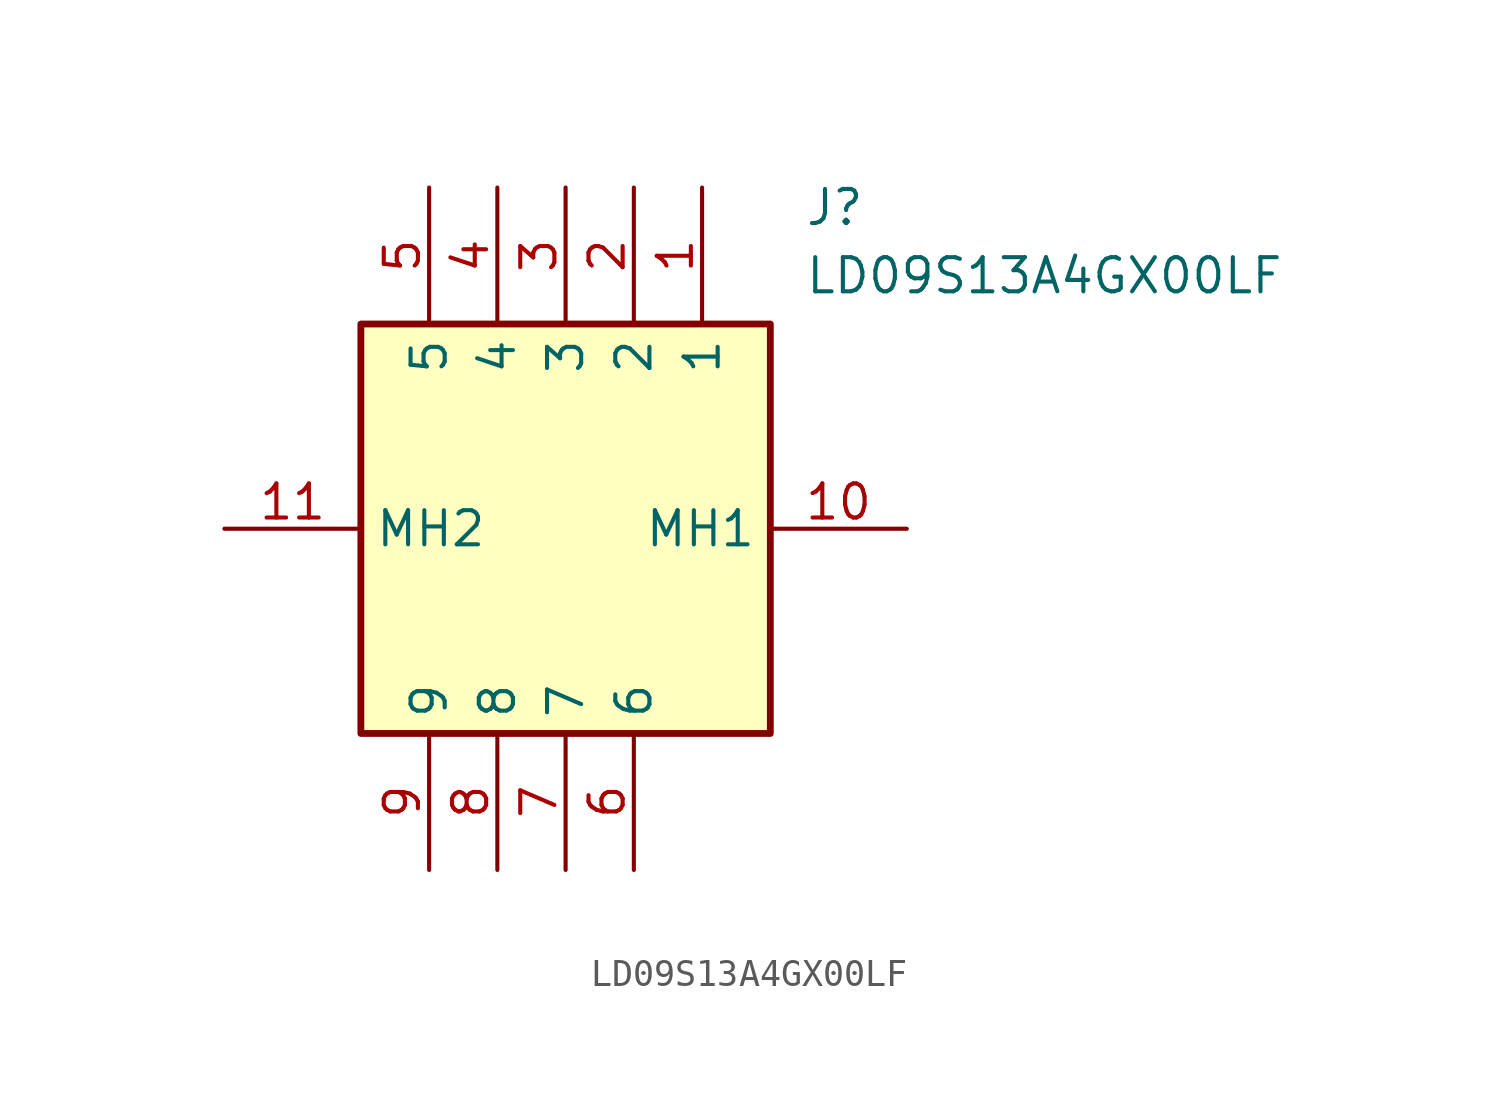
<source format=kicad_sym>
(kicad_symbol_lib
  (version 20211014)
  (generator SamacSys_ECAD_Model)
  (symbol "LD09S13A4GX00LF"
    (property "Reference" "J"
      (at 21.59 12.7 0)
      (effects (font (size 1.27 1.27)) (justify left top)))
    (property "Value" "LD09S13A4GX00LF"
      (at 21.59 10.16 0)
      (effects (font (size 1.27 1.27)) (justify left top)))
    (rectangle
      (start 5.08 7.62)
      (end 20.32 -7.62)
      (stroke (width 0.254) (type default))
      (fill (type background)))
    (pin passive line
      (at 17.78 12.7 270)
      (length 5.08)
      (name "1" (effects (font (size 1.27 1.27))))
      (number "1" (effects (font (size 1.27 1.27)))))
    (pin passive line
      (at 15.24 12.7 270)
      (length 5.08)
      (name "2" (effects (font (size 1.27 1.27))))
      (number "2" (effects (font (size 1.27 1.27)))))
    (pin passive line
      (at 12.7 12.7 270)
      (length 5.08)
      (name "3" (effects (font (size 1.27 1.27))))
      (number "3" (effects (font (size 1.27 1.27)))))
    (pin passive line
      (at 10.16 12.7 270)
      (length 5.08)
      (name "4" (effects (font (size 1.27 1.27))))
      (number "4" (effects (font (size 1.27 1.27)))))
    (pin passive line
      (at 7.62 12.7 270)
      (length 5.08)
      (name "5" (effects (font (size 1.27 1.27))))
      (number "5" (effects (font (size 1.27 1.27)))))
    (pin passive line
      (at 15.24 -12.7 90)
      (length 5.08)
      (name "6" (effects (font (size 1.27 1.27))))
      (number "6" (effects (font (size 1.27 1.27)))))
    (pin passive line
      (at 12.7 -12.7 90)
      (length 5.08)
      (name "7" (effects (font (size 1.27 1.27))))
      (number "7" (effects (font (size 1.27 1.27)))))
    (pin passive line
      (at 10.16 -12.7 90)
      (length 5.08)
      (name "8" (effects (font (size 1.27 1.27))))
      (number "8" (effects (font (size 1.27 1.27)))))
    (pin passive line
      (at 7.62 -12.7 90)
      (length 5.08)
      (name "9" (effects (font (size 1.27 1.27))))
      (number "9" (effects (font (size 1.27 1.27)))))
    (pin passive line
      (at 25.4 0 180)
      (length 5.08)
      (name "MH1" (effects (font (size 1.27 1.27))))
      (number "10" (effects (font (size 1.27 1.27)))))
    (pin passive line
      (at 0 0 0)
      (length 5.08)
      (name "MH2" (effects (font (size 1.27 1.27))))
      (number "11" (effects (font (size 1.27 1.27)))))))
</source>
